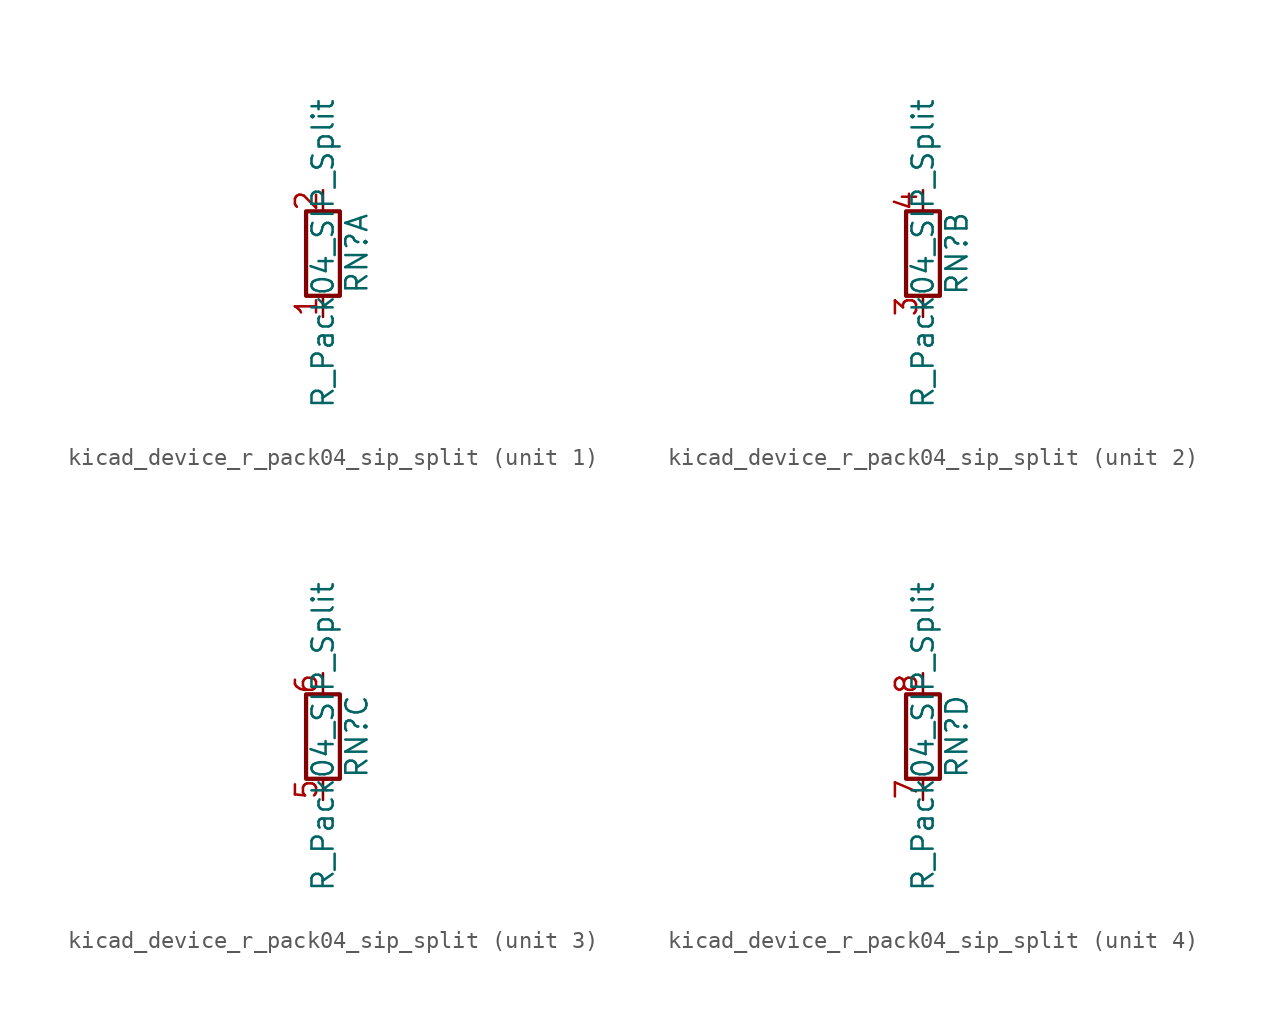
<source format=kicad_sym>
(kicad_symbol_lib
  (version 20220914)
  (generator kicad_symbol_editor)
  (symbol "kicad_device_r_pack04_sip_split"
    (pin_names
      (offset 0) hide)
    (property "Reference" "RN"
      (at 2.032 0 90)
      (effects (font (size 1.27 1.27))))
    (property "Value" "R_Pack04_SIP_Split"
      (at 0 0 90)
      (effects (font (size 1.27 1.27))))
    (symbol "kicad_device_r_pack04_sip_split_0_1"
      (rectangle (start 1.016 2.54) (end -1.016 -2.54) (stroke (width 0.254) (type default)) (fill (type none))))
    (symbol "kicad_device_r_pack04_sip_split_1_1"
      (pin passive line (at 0 -3.81 90) (length 1.27) (name "R1.1" (effects (font (size 1.27 1.27)))) (number "1" (effects (font (size 1.27 1.27)))))
      (pin passive line (at 0 3.81 270) (length 1.27) (name "R1.2" (effects (font (size 1.27 1.27)))) (number "2" (effects (font (size 1.27 1.27))))))
    (symbol "kicad_device_r_pack04_sip_split_2_1"
      (pin passive line (at 0 -3.81 90) (length 1.27) (name "R2.1" (effects (font (size 1.27 1.27)))) (number "3" (effects (font (size 1.27 1.27)))))
      (pin passive line (at 0 3.81 270) (length 1.27) (name "R2.2" (effects (font (size 1.27 1.27)))) (number "4" (effects (font (size 1.27 1.27))))))
    (symbol "kicad_device_r_pack04_sip_split_3_1"
      (pin passive line (at 0 -3.81 90) (length 1.27) (name "R3.1" (effects (font (size 1.27 1.27)))) (number "5" (effects (font (size 1.27 1.27)))))
      (pin passive line (at 0 3.81 270) (length 1.27) (name "R3.2" (effects (font (size 1.27 1.27)))) (number "6" (effects (font (size 1.27 1.27))))))
    (symbol "kicad_device_r_pack04_sip_split_4_1"
      (pin passive line (at 0 -3.81 90) (length 1.27) (name "R4.1" (effects (font (size 1.27 1.27)))) (number "7" (effects (font (size 1.27 1.27)))))
      (pin passive line (at 0 3.81 270) (length 1.27) (name "R4.2" (effects (font (size 1.27 1.27)))) (number "8" (effects (font (size 1.27 1.27))))))))
</source>
